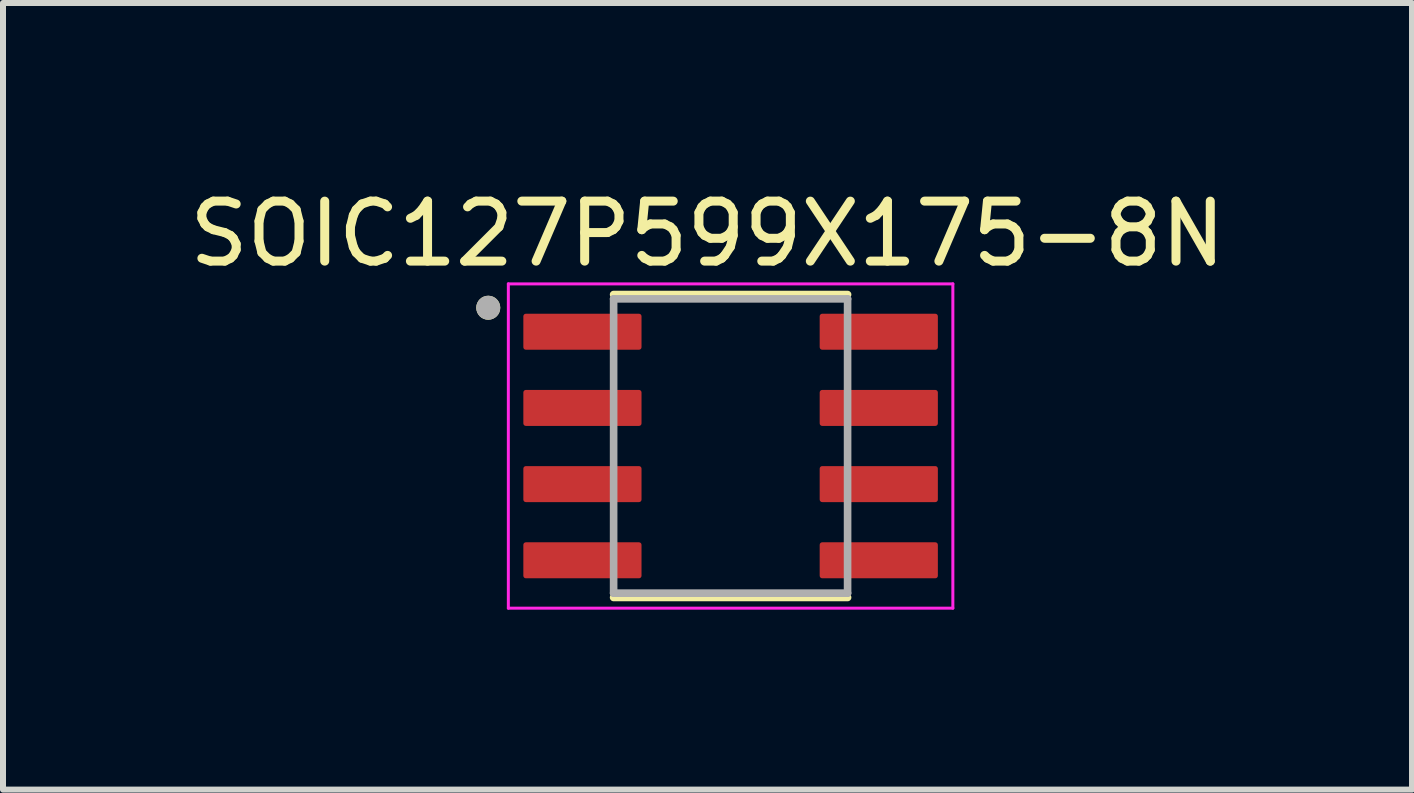
<source format=kicad_pcb>
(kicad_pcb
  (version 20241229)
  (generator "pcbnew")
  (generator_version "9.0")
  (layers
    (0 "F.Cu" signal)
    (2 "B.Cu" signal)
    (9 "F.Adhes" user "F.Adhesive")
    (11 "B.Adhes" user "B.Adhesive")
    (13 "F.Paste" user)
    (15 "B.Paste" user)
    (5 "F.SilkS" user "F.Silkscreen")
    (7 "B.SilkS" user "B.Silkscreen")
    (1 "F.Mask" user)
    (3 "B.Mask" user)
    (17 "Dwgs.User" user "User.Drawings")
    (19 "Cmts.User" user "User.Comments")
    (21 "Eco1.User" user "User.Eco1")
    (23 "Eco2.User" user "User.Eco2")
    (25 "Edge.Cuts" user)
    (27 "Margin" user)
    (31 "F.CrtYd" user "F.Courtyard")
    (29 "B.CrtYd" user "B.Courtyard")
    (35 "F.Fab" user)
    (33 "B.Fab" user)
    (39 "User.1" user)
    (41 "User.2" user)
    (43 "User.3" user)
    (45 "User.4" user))
  (footprint "SOIC127P599X175-8N"
    (layer "F.Cu")
    (at 9.129 4.385)
    (property "Reference" "SOIC127P599X175-8N" (at -0.385 -3.537 0) (layer "F.SilkS") (effects (font (size 1 1) (thickness 0.15))))
    (attr smd)
    (fp_line (start -1.95 -2.525) (end 1.95 -2.525) (stroke (width 0.127) (type solid)) (layer "F.SilkS"))
    (fp_line (start -1.95 2.525) (end 1.95 2.525) (stroke (width 0.127) (type solid)) (layer "F.SilkS"))
    (fp_circle (center -4.04 -2.305) (end -3.94 -2.305) (stroke (width 0.2) (type solid)) (fill no) (layer "F.SilkS"))
    (fp_line (start -3.705 -2.703) (end -3.705 2.703) (stroke (width 0.05) (type solid)) (layer "F.CrtYd"))
    (fp_line (start -3.705 -2.703) (end 3.705 -2.703) (stroke (width 0.05) (type solid)) (layer "F.CrtYd"))
    (fp_line (start -3.705 2.703) (end 3.705 2.703) (stroke (width 0.05) (type solid)) (layer "F.CrtYd"))
    (fp_line (start 3.705 -2.703) (end 3.705 2.703) (stroke (width 0.05) (type solid)) (layer "F.CrtYd"))
    (fp_line (start -1.95 -2.453) (end -1.95 2.453) (stroke (width 0.127) (type solid)) (layer "F.Fab"))
    (fp_line (start -1.95 -2.453) (end 1.95 -2.453) (stroke (width 0.127) (type solid)) (layer "F.Fab"))
    (fp_line (start -1.95 2.453) (end 1.95 2.453) (stroke (width 0.127) (type solid)) (layer "F.Fab"))
    (fp_line (start 1.95 -2.453) (end 1.95 2.453) (stroke (width 0.127) (type solid)) (layer "F.Fab"))
    (fp_circle (center -4.04 -2.305) (end -3.94 -2.305) (stroke (width 0.2) (type solid)) (fill no) (layer "F.Fab"))
    (pad "1" smd roundrect (at -2.47 -1.905) (size 1.97 0.6) (layers "F.Cu" "F.Mask" "F.Paste") (roundrect_rratio 0.07))
    (pad "2" smd roundrect (at -2.47 -0.635) (size 1.97 0.6) (layers "F.Cu" "F.Mask" "F.Paste") (roundrect_rratio 0.07))
    (pad "3" smd roundrect (at -2.47 0.635) (size 1.97 0.6) (layers "F.Cu" "F.Mask" "F.Paste") (roundrect_rratio 0.07))
    (pad "4" smd roundrect (at -2.47 1.905) (size 1.97 0.6) (layers "F.Cu" "F.Mask" "F.Paste") (roundrect_rratio 0.07))
    (pad "5" smd roundrect (at 2.47 1.905) (size 1.97 0.6) (layers "F.Cu" "F.Mask" "F.Paste") (roundrect_rratio 0.07))
    (pad "6" smd roundrect (at 2.47 0.635) (size 1.97 0.6) (layers "F.Cu" "F.Mask" "F.Paste") (roundrect_rratio 0.07))
    (pad "7" smd roundrect (at 2.47 -0.635) (size 1.97 0.6) (layers "F.Cu" "F.Mask" "F.Paste") (roundrect_rratio 0.07))
    (pad "8" smd roundrect (at 2.47 -1.905) (size 1.97 0.6) (layers "F.Cu" "F.Mask" "F.Paste") (roundrect_rratio 0.07)))
  (gr_rect
    (start -3 -3)
    (end 20.488 10.113)
    (stroke (width 0.1) (type default))
    (fill no)
    (layer "Edge.Cuts")))
</source>
